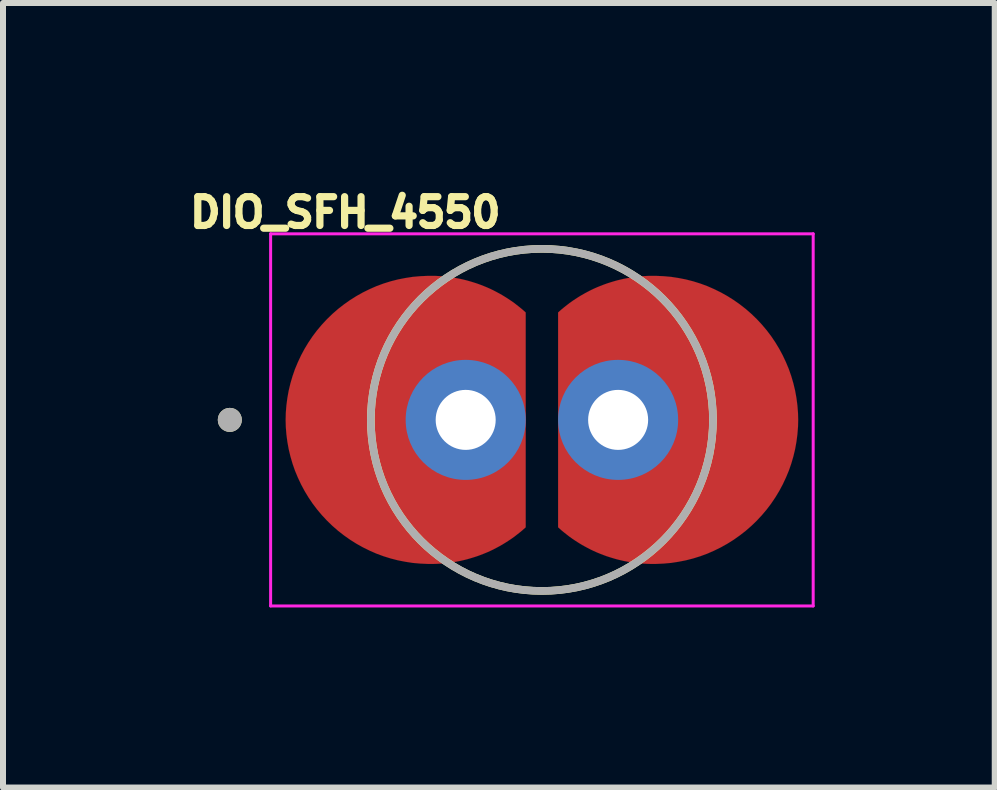
<source format=kicad_pcb>
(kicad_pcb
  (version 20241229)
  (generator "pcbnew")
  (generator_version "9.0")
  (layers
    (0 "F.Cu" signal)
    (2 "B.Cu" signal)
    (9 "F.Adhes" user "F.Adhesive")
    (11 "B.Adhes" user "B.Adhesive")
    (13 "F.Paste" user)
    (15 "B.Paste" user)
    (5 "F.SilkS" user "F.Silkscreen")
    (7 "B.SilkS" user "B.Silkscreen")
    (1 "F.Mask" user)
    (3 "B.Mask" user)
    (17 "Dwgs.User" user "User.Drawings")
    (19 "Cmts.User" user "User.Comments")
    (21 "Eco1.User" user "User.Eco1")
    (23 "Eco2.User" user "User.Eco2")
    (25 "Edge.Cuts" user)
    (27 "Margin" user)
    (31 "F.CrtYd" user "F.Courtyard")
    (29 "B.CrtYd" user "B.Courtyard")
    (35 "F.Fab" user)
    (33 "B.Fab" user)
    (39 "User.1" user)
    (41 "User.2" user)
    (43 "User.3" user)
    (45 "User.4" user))
  (footprint "DIO_SFH_4550"
    (layer "F.Cu")
    (at 5.979 3.946)
    (property "Reference" "DIO_SFH_4550" (at -3.276 -3.455 0) (layer "F.SilkS") (effects (font (size 0.48 0.48) (thickness 0.15))))
    (attr through_hole)
    (fp_poly (pts (xy -0.27 -0.06) (xy -0.27 -1.79) (xy -0.325 -1.839) (xy -0.37 -1.876) (xy -0.416 -1.912) (xy -0.462 -1.948) (xy -0.51 -1.982) (xy -0.558 -2.014) (xy -0.608 -2.046) (xy -0.657 -2.076) (xy -0.708 -2.105) (xy -0.76 -2.133) (xy -0.812 -2.16) (xy -0.864 -2.185) (xy -0.918 -2.209) (xy -0.972 -2.231) (xy -1.026 -2.252) (xy -1.081 -2.272) (xy -1.137 -2.29) (xy -1.193 -2.307) (xy -1.249 -2.323) (xy -1.306 -2.337) (xy -1.363 -2.35) (xy -1.42 -2.361) (xy -1.478 -2.371) (xy -1.535 -2.38) (xy -1.593 -2.387) (xy -1.652 -2.392) (xy -1.71 -2.396) (xy -1.768 -2.399) (xy -1.827 -2.4) (xy -1.87 -2.4) (xy -1.895 -2.4) (xy -2.028 -2.394) (xy -2.152 -2.383) (xy -2.275 -2.364) (xy -2.398 -2.34) (xy -2.519 -2.309) (xy -2.638 -2.272) (xy -2.755 -2.229) (xy -2.869 -2.179) (xy -2.981 -2.124) (xy -3.09 -2.063) (xy -3.195 -1.997) (xy -3.297 -1.925) (xy -3.396 -1.848) (xy -3.49 -1.766) (xy -3.579 -1.68) (xy -3.664 -1.589) (xy -3.745 -1.493) (xy -3.82 -1.394) (xy -3.89 -1.29) (xy -3.954 -1.184) (xy -4.013 -1.074) (xy -4.066 -0.961) (xy -4.114 -0.846) (xy -4.155 -0.728) (xy -4.19 -0.608) (xy -4.219 -0.487) (xy -4.241 -0.364) (xy -4.257 -0.241) (xy -4.267 -0.116) (xy -4.27 0) (xy -4.267 0.116) (xy -4.257 0.241) (xy -4.241 0.364) (xy -4.219 0.487) (xy -4.19 0.608) (xy -4.155 0.728) (xy -4.114 0.846) (xy -4.066 0.961) (xy -4.013 1.074) (xy -3.954 1.184) (xy -3.89 1.29) (xy -3.82 1.394) (xy -3.745 1.493) (xy -3.664 1.589) (xy -3.579 1.68) (xy -3.49 1.766) (xy -3.396 1.848) (xy -3.297 1.925) (xy -3.195 1.997) (xy -3.09 2.063) (xy -2.981 2.124) (xy -2.869 2.179) (xy -2.755 2.229) (xy -2.638 2.272) (xy -2.519 2.309) (xy -2.398 2.34) (xy -2.275 2.364) (xy -2.152 2.383) (xy -2.028 2.394) (xy -1.895 2.4) (xy -1.795 2.4) (xy -1.87 2.4) (xy -1.827 2.4) (xy -1.768 2.399) (xy -1.71 2.396) (xy -1.652 2.392) (xy -1.593 2.387) (xy -1.535 2.38) (xy -1.478 2.371) (xy -1.42 2.361) (xy -1.363 2.35) (xy -1.306 2.337) (xy -1.249 2.323) (xy -1.193 2.307) (xy -1.137 2.29) (xy -1.081 2.272) (xy -1.026 2.252) (xy -0.972 2.231) (xy -0.918 2.209) (xy -0.864 2.185) (xy -0.812 2.16) (xy -0.76 2.133) (xy -0.708 2.105) (xy -0.657 2.076) (xy -0.608 2.046) (xy -0.558 2.014) (xy -0.51 1.982) (xy -0.462 1.948) (xy -0.416 1.912) (xy -0.37 1.876) (xy -0.325 1.839) (xy -0.27 1.79) (xy -0.27 -0.06)) (stroke (width 0.001) (type solid)) (fill yes) (layer "F.Cu"))
    (fp_poly (pts (xy 0.27 -0.06) (xy 0.27 -1.79) (xy 0.325 -1.839) (xy 0.37 -1.876) (xy 0.416 -1.912) (xy 0.462 -1.948) (xy 0.51 -1.982) (xy 0.558 -2.014) (xy 0.608 -2.046) (xy 0.657 -2.076) (xy 0.708 -2.105) (xy 0.76 -2.133) (xy 0.812 -2.16) (xy 0.864 -2.185) (xy 0.918 -2.209) (xy 0.972 -2.231) (xy 1.026 -2.252) (xy 1.081 -2.272) (xy 1.137 -2.29) (xy 1.193 -2.307) (xy 1.249 -2.323) (xy 1.306 -2.337) (xy 1.363 -2.35) (xy 1.42 -2.361) (xy 1.478 -2.371) (xy 1.535 -2.38) (xy 1.593 -2.387) (xy 1.652 -2.392) (xy 1.71 -2.396) (xy 1.768 -2.399) (xy 1.827 -2.4) (xy 1.87 -2.4) (xy 1.895 -2.4) (xy 2.028 -2.394) (xy 2.152 -2.383) (xy 2.275 -2.364) (xy 2.398 -2.34) (xy 2.519 -2.309) (xy 2.638 -2.272) (xy 2.755 -2.229) (xy 2.869 -2.179) (xy 2.981 -2.124) (xy 3.09 -2.063) (xy 3.195 -1.997) (xy 3.297 -1.925) (xy 3.396 -1.848) (xy 3.49 -1.766) (xy 3.579 -1.68) (xy 3.664 -1.589) (xy 3.745 -1.493) (xy 3.82 -1.394) (xy 3.89 -1.29) (xy 3.954 -1.184) (xy 4.013 -1.074) (xy 4.066 -0.961) (xy 4.114 -0.846) (xy 4.155 -0.728) (xy 4.19 -0.608) (xy 4.219 -0.487) (xy 4.241 -0.364) (xy 4.257 -0.241) (xy 4.267 -0.116) (xy 4.27 0) (xy 4.267 0.116) (xy 4.257 0.241) (xy 4.241 0.364) (xy 4.219 0.487) (xy 4.19 0.608) (xy 4.155 0.728) (xy 4.114 0.846) (xy 4.066 0.961) (xy 4.013 1.074) (xy 3.954 1.184) (xy 3.89 1.29) (xy 3.82 1.394) (xy 3.745 1.493) (xy 3.664 1.589) (xy 3.579 1.68) (xy 3.49 1.766) (xy 3.396 1.848) (xy 3.297 1.925) (xy 3.195 1.997) (xy 3.09 2.063) (xy 2.981 2.124) (xy 2.869 2.179) (xy 2.755 2.229) (xy 2.638 2.272) (xy 2.519 2.309) (xy 2.398 2.34) (xy 2.275 2.364) (xy 2.152 2.383) (xy 2.028 2.394) (xy 1.895 2.4) (xy 1.795 2.4) (xy 1.87 2.4) (xy 1.827 2.4) (xy 1.768 2.399) (xy 1.71 2.396) (xy 1.652 2.392) (xy 1.593 2.387) (xy 1.535 2.38) (xy 1.478 2.371) (xy 1.42 2.361) (xy 1.363 2.35) (xy 1.306 2.337) (xy 1.249 2.323) (xy 1.193 2.307) (xy 1.137 2.29) (xy 1.081 2.272) (xy 1.026 2.252) (xy 0.972 2.231) (xy 0.918 2.209) (xy 0.864 2.185) (xy 0.812 2.16) (xy 0.76 2.133) (xy 0.708 2.105) (xy 0.657 2.076) (xy 0.608 2.046) (xy 0.558 2.014) (xy 0.51 1.982) (xy 0.462 1.948) (xy 0.416 1.912) (xy 0.37 1.876) (xy 0.325 1.839) (xy 0.27 1.79) (xy 0.27 -0.06)) (stroke (width 0.001) (type solid)) (fill yes) (layer "F.Cu"))
    (fp_circle (center -1.27 0) (end -0.77 0) (stroke (width 1) (type solid)) (fill no) (layer "F.Mask"))
    (fp_circle (center 1.27 0) (end 1.77 0) (stroke (width 1) (type solid)) (fill no) (layer "F.Mask"))
    (fp_circle (center -1.27 0) (end -0.77 0) (stroke (width 1) (type solid)) (fill no) (layer "B.Mask"))
    (fp_circle (center 1.27 0) (end 1.77 0) (stroke (width 1) (type solid)) (fill no) (layer "B.Mask"))
    (fp_circle (center -5.2 0) (end -5.1 0) (stroke (width 0.2) (type solid)) (fill no) (layer "F.SilkS"))
    (fp_circle (center 0 0) (end 2.85 0) (stroke (width 0.127) (type solid)) (fill no) (layer "F.SilkS"))
    (fp_line (start -4.52 -3.1) (end 4.52 -3.1) (stroke (width 0.05) (type solid)) (layer "F.CrtYd"))
    (fp_line (start -4.52 3.1) (end -4.52 -3.1) (stroke (width 0.05) (type solid)) (layer "F.CrtYd"))
    (fp_line (start 4.52 -3.1) (end 4.52 3.1) (stroke (width 0.05) (type solid)) (layer "F.CrtYd"))
    (fp_line (start 4.52 3.1) (end -4.52 3.1) (stroke (width 0.05) (type solid)) (layer "F.CrtYd"))
    (fp_circle (center -5.2 0) (end -5.1 0) (stroke (width 0.2) (type solid)) (fill no) (layer "F.Fab"))
    (fp_circle (center 0 0) (end 2.85 0) (stroke (width 0.127) (type solid)) (fill no) (layer "F.Fab"))
    (pad "A" thru_hole circle (at 1.27 0) (size 2 2) (drill 1) (layers "*.Cu"))
    (pad "C" thru_hole circle (at -1.27 0) (size 2 2) (drill 1) (layers "*.Cu")))
  (gr_rect
    (start -3 -3)
    (end 13.524 10.071)
    (stroke (width 0.1) (type default))
    (fill no)
    (layer "Edge.Cuts")))
</source>
